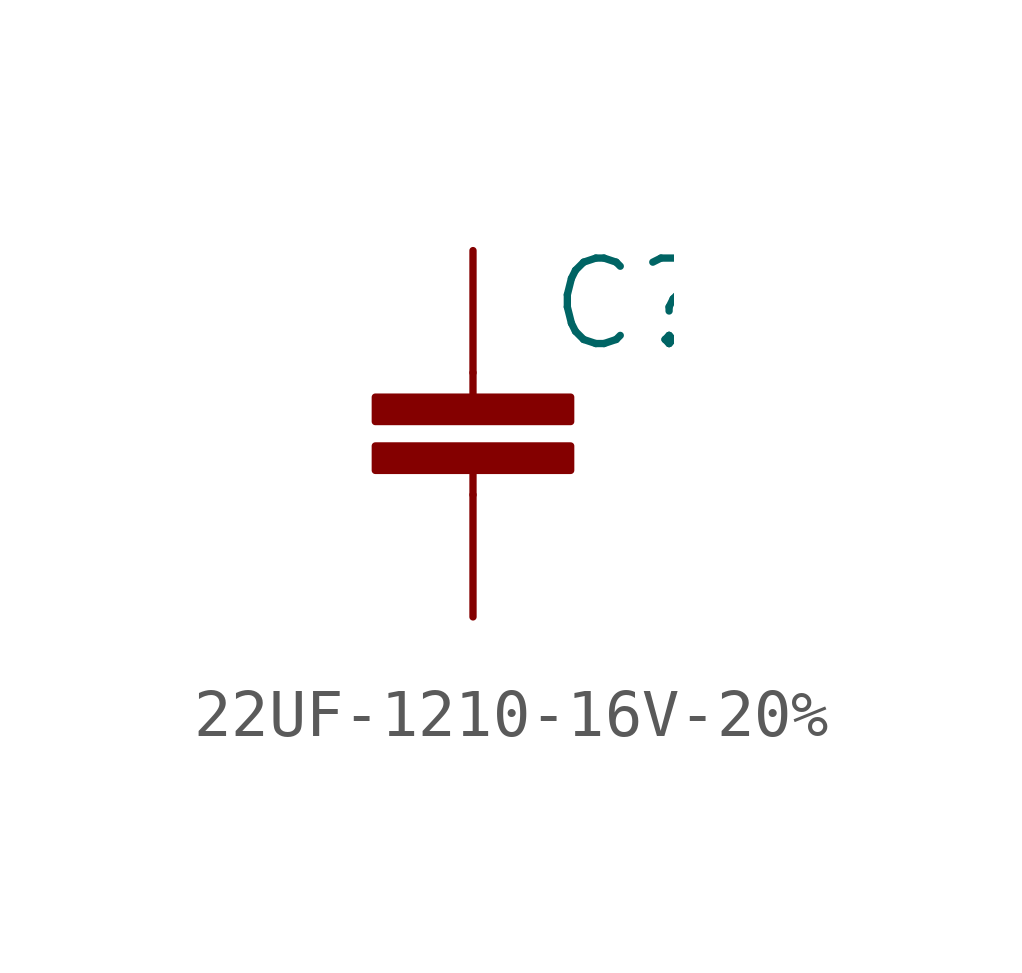
<source format=kicad_sym>
(kicad_symbol_lib
  (version 20220914)
  (generator kicad_symbol_editor)
  (symbol "22UF-1210-16V-20%"
    (property "Reference" "C"
      (at 1.524 2.921 0)
      (effects (font (size 1.778 1.778)) (justify left bottom)))
    (property "Value" ""
      (at 1.524 -2.159 0)
      (effects (font (size 1.778 1.778)) (justify left bottom)))
    (property "ki_locked" ""
      (at 0 0 0)
      (effects (font (size 1.27 1.27))))
    (symbol "22UF-1210-16V-20%_1_0"
      (rectangle (start -2.032 0.508) (end 2.032 1.016) (stroke (width 0) (type default)) (fill (type outline)))
      (rectangle (start -2.032 1.524) (end 2.032 2.032) (stroke (width 0) (type default)) (fill (type outline)))
      (polyline (pts (xy 0 0) (xy 0 0.508)) (stroke (width 0.152) (type solid)) (fill (type none)))
      (polyline (pts (xy 0 2.54) (xy 0 2.032)) (stroke (width 0.152) (type solid)) (fill (type none)))
      (pin passive line (at 0 5.08 270) (length 2.54) (name "1" (effects (font (size 0 0)))) (number "1" (effects (font (size 0 0)))))
      (pin passive line (at 0 -2.54 90) (length 2.54) (name "2" (effects (font (size 0 0)))) (number "2" (effects (font (size 0 0))))))))
</source>
